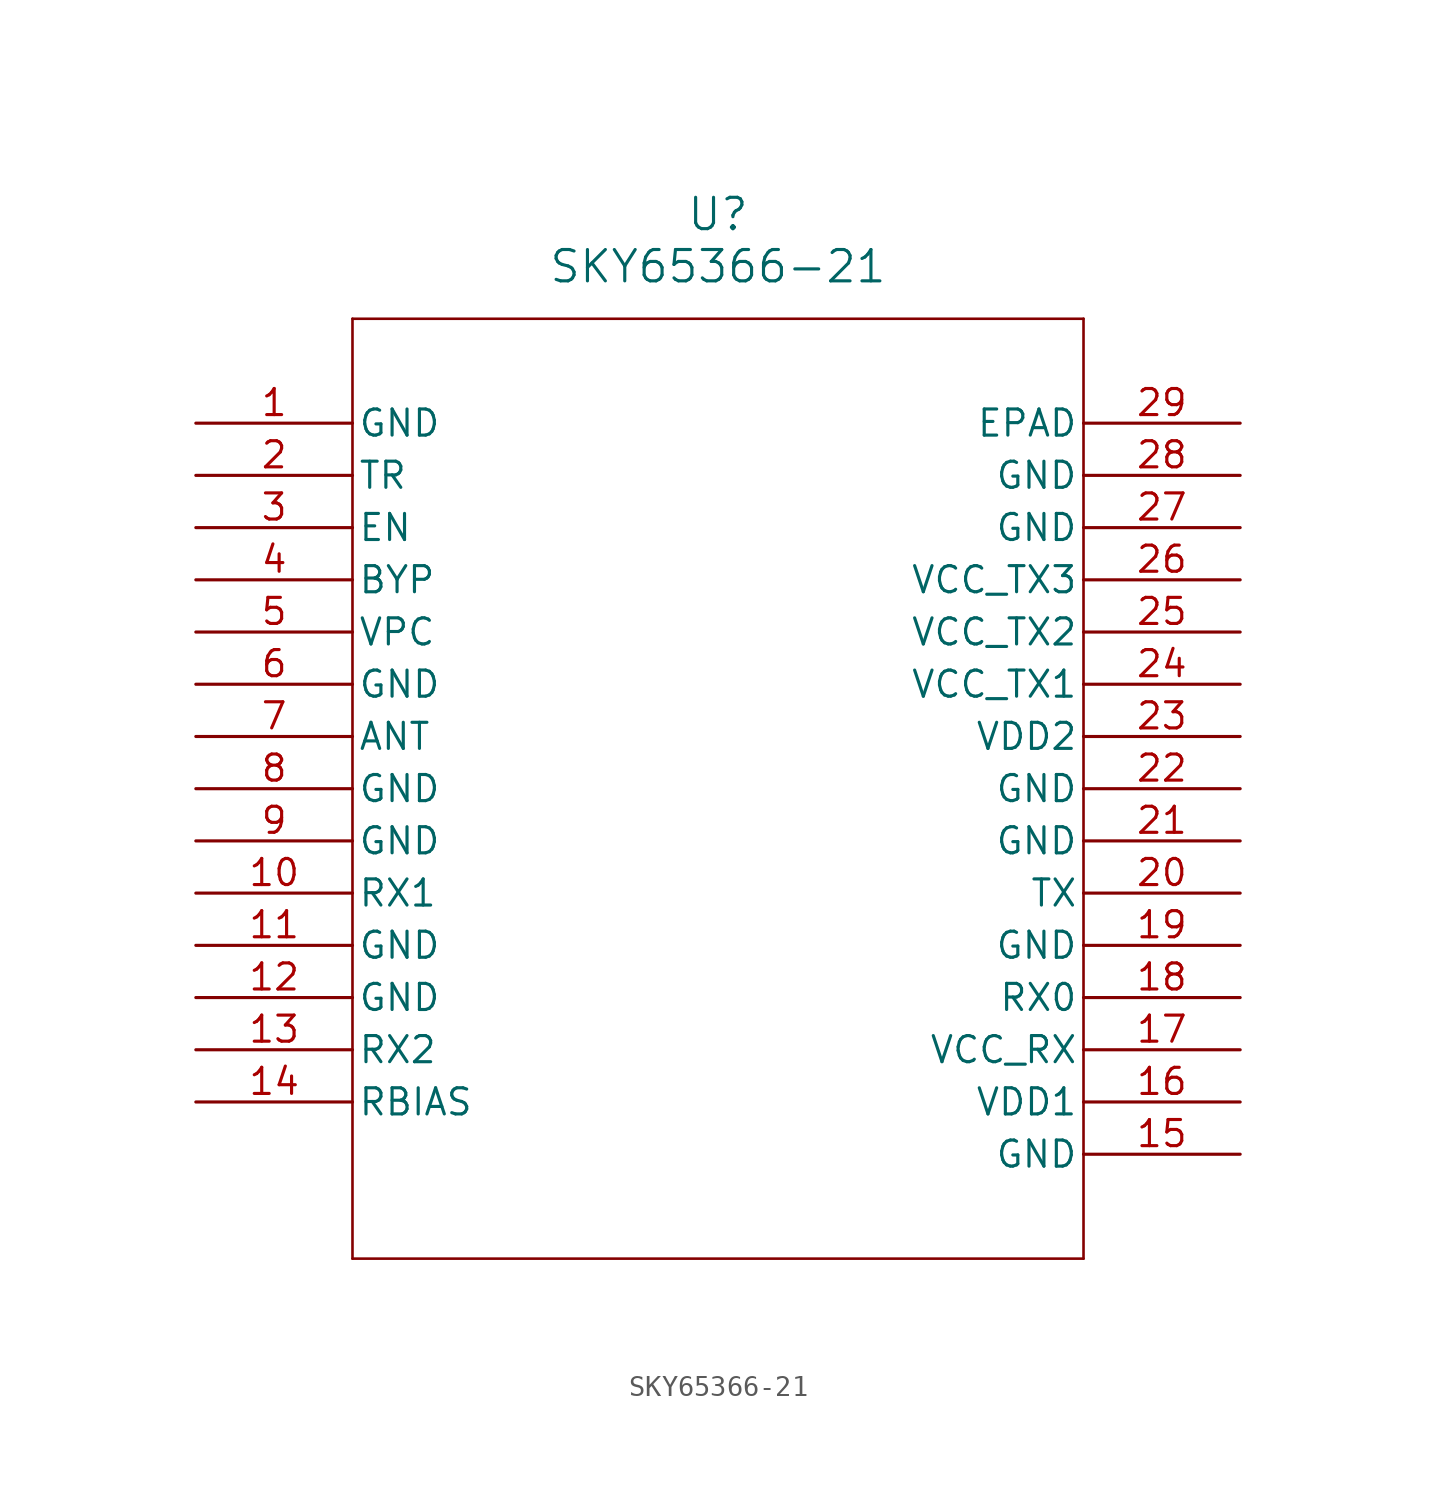
<source format=kicad_sym>
(kicad_symbol_lib
  (version 20211014)
  (generator kicad_symbol_editor)
  (symbol "SKY65366-21"
    (pin_names
      (offset 0.254))
    (property "Reference" "U"
      (at 25.4 10.16 0)
      (effects (font (size 1.524 1.524))))
    (property "Value" "SKY65366-21"
      (at 25.4 7.62 0)
      (effects (font (size 1.524 1.524))))
    (symbol "SKY65366-21_0_1"
      (polyline (pts (xy 7.62 5.08) (xy 7.62 -40.64)) (stroke (width 0.127) (type default) (color 0 0 0 0)) (fill (type none)))
      (polyline (pts (xy 7.62 -40.64) (xy 43.18 -40.64)) (stroke (width 0.127) (type default) (color 0 0 0 0)) (fill (type none)))
      (polyline (pts (xy 43.18 -40.64) (xy 43.18 5.08)) (stroke (width 0.127) (type default) (color 0 0 0 0)) (fill (type none)))
      (polyline (pts (xy 43.18 5.08) (xy 7.62 5.08)) (stroke (width 0.127) (type default) (color 0 0 0 0)) (fill (type none)))
      (pin power_out line (at 0 0 0) (length 7.62) (name "GND" (effects (font (size 1.27 1.27)))) (number "1" (effects (font (size 1.27 1.27)))))
      (pin input line (at 0 -2.54 0) (length 7.62) (name "TR" (effects (font (size 1.27 1.27)))) (number "2" (effects (font (size 1.27 1.27)))))
      (pin input line (at 0 -5.08 0) (length 7.62) (name "EN" (effects (font (size 1.27 1.27)))) (number "3" (effects (font (size 1.27 1.27)))))
      (pin input line (at 0 -7.62 0) (length 7.62) (name "BYP" (effects (font (size 1.27 1.27)))) (number "4" (effects (font (size 1.27 1.27)))))
      (pin output line (at 0 -10.16 0) (length 7.62) (name "VPC" (effects (font (size 1.27 1.27)))) (number "5" (effects (font (size 1.27 1.27)))))
      (pin power_out line (at 0 -12.7 0) (length 7.62) (name "GND" (effects (font (size 1.27 1.27)))) (number "6" (effects (font (size 1.27 1.27)))))
      (pin bidirectional line (at 0 -15.24 0) (length 7.62) (name "ANT" (effects (font (size 1.27 1.27)))) (number "7" (effects (font (size 1.27 1.27)))))
      (pin power_out line (at 0 -17.78 0) (length 7.62) (name "GND" (effects (font (size 1.27 1.27)))) (number "8" (effects (font (size 1.27 1.27)))))
      (pin power_out line (at 0 -20.32 0) (length 7.62) (name "GND" (effects (font (size 1.27 1.27)))) (number "9" (effects (font (size 1.27 1.27)))))
      (pin bidirectional line (at 0 -22.86 0) (length 7.62) (name "RX1" (effects (font (size 1.27 1.27)))) (number "10" (effects (font (size 1.27 1.27)))))
      (pin power_out line (at 0 -25.4 0) (length 7.62) (name "GND" (effects (font (size 1.27 1.27)))) (number "11" (effects (font (size 1.27 1.27)))))
      (pin power_out line (at 0 -27.94 0) (length 7.62) (name "GND" (effects (font (size 1.27 1.27)))) (number "12" (effects (font (size 1.27 1.27)))))
      (pin bidirectional line (at 0 -30.48 0) (length 7.62) (name "RX2" (effects (font (size 1.27 1.27)))) (number "13" (effects (font (size 1.27 1.27)))))
      (pin unspecified line (at 0 -33.02 0) (length 7.62) (name "RBIAS" (effects (font (size 1.27 1.27)))) (number "14" (effects (font (size 1.27 1.27)))))
      (pin power_out line (at 50.8 -35.56 180) (length 7.62) (name "GND" (effects (font (size 1.27 1.27)))) (number "15" (effects (font (size 1.27 1.27)))))
      (pin power_in line (at 50.8 -33.02 180) (length 7.62) (name "VDD1" (effects (font (size 1.27 1.27)))) (number "16" (effects (font (size 1.27 1.27)))))
      (pin power_in line (at 50.8 -30.48 180) (length 7.62) (name "VCC_RX" (effects (font (size 1.27 1.27)))) (number "17" (effects (font (size 1.27 1.27)))))
      (pin bidirectional line (at 50.8 -27.94 180) (length 7.62) (name "RX0" (effects (font (size 1.27 1.27)))) (number "18" (effects (font (size 1.27 1.27)))))
      (pin power_out line (at 50.8 -25.4 180) (length 7.62) (name "GND" (effects (font (size 1.27 1.27)))) (number "19" (effects (font (size 1.27 1.27)))))
      (pin input line (at 50.8 -22.86 180) (length 7.62) (name "TX" (effects (font (size 1.27 1.27)))) (number "20" (effects (font (size 1.27 1.27)))))
      (pin power_out line (at 50.8 -20.32 180) (length 7.62) (name "GND" (effects (font (size 1.27 1.27)))) (number "21" (effects (font (size 1.27 1.27)))))
      (pin power_out line (at 50.8 -17.78 180) (length 7.62) (name "GND" (effects (font (size 1.27 1.27)))) (number "22" (effects (font (size 1.27 1.27)))))
      (pin power_in line (at 50.8 -15.24 180) (length 7.62) (name "VDD2" (effects (font (size 1.27 1.27)))) (number "23" (effects (font (size 1.27 1.27)))))
      (pin power_in line (at 50.8 -12.7 180) (length 7.62) (name "VCC_TX1" (effects (font (size 1.27 1.27)))) (number "24" (effects (font (size 1.27 1.27)))))
      (pin power_in line (at 50.8 -10.16 180) (length 7.62) (name "VCC_TX2" (effects (font (size 1.27 1.27)))) (number "25" (effects (font (size 1.27 1.27)))))
      (pin power_in line (at 50.8 -7.62 180) (length 7.62) (name "VCC_TX3" (effects (font (size 1.27 1.27)))) (number "26" (effects (font (size 1.27 1.27)))))
      (pin power_out line (at 50.8 -5.08 180) (length 7.62) (name "GND" (effects (font (size 1.27 1.27)))) (number "27" (effects (font (size 1.27 1.27)))))
      (pin power_out line (at 50.8 -2.54 180) (length 7.62) (name "GND" (effects (font (size 1.27 1.27)))) (number "28" (effects (font (size 1.27 1.27)))))
      (pin unspecified line (at 50.8 0 180) (length 7.62) (name "EPAD" (effects (font (size 1.27 1.27)))) (number "29" (effects (font (size 1.27 1.27))))))))
</source>
